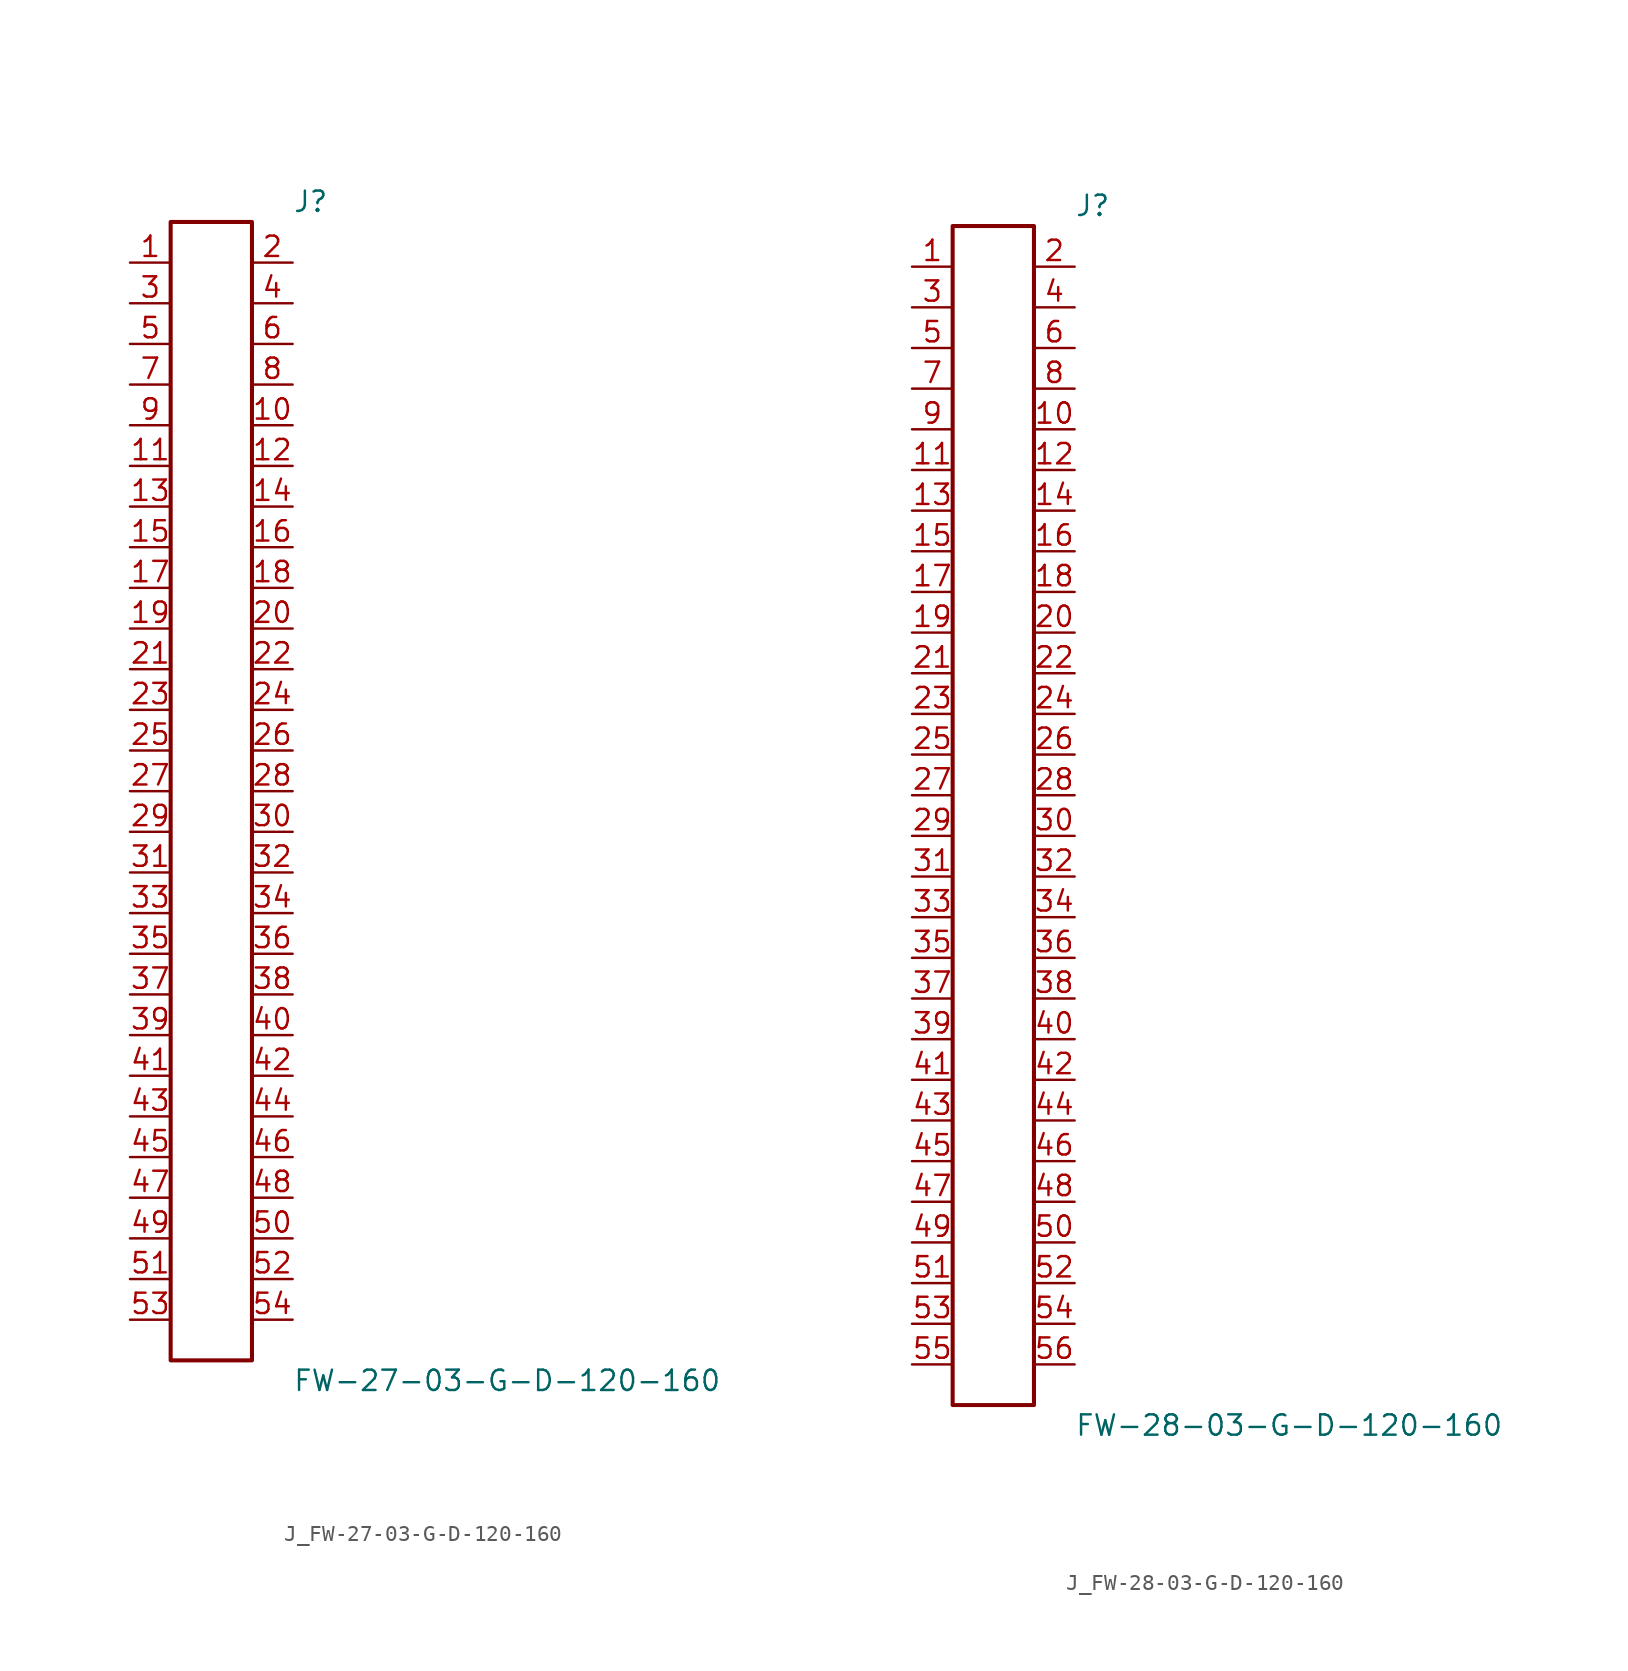
<source format=kicad_sym>
(kicad_symbol_lib
  (version 20231120)
  (generator kicad_symbol_editor)
  (generator_version 8.0)
  (symbol "J_FW-27-03-G-D-120-160"
    (pin_names
      (offset 0.254))
    (property "Reference" "J"
      (at 5.08 36.83 0)
      (effects (font (size 1.27 1.27)) (justify left)))
    (property "Value" "FW-27-03-G-D-120-160"
      (at 5.08 -36.83 0)
      (effects (font (size 1.27 1.27)) (justify left)))
    (symbol "J_FW-27-03-G-D-120-160_0_0"
      (pin passive line (at -5.08 33.02 0) (length 2.54) (name "" (effects (font (size 1.27 1.27)))) (number "1" (effects (font (size 1.27 1.27)))))
      (pin passive line (at 5.08 33.02 180) (length 2.54) (name "" (effects (font (size 1.27 1.27)))) (number "2" (effects (font (size 1.27 1.27)))))
      (pin passive line (at -5.08 30.48 0) (length 2.54) (name "" (effects (font (size 1.27 1.27)))) (number "3" (effects (font (size 1.27 1.27)))))
      (pin passive line (at 5.08 30.48 180) (length 2.54) (name "" (effects (font (size 1.27 1.27)))) (number "4" (effects (font (size 1.27 1.27)))))
      (pin passive line (at -5.08 27.94 0) (length 2.54) (name "" (effects (font (size 1.27 1.27)))) (number "5" (effects (font (size 1.27 1.27)))))
      (pin passive line (at 5.08 27.94 180) (length 2.54) (name "" (effects (font (size 1.27 1.27)))) (number "6" (effects (font (size 1.27 1.27)))))
      (pin passive line (at -5.08 25.4 0) (length 2.54) (name "" (effects (font (size 1.27 1.27)))) (number "7" (effects (font (size 1.27 1.27)))))
      (pin passive line (at 5.08 25.4 180) (length 2.54) (name "" (effects (font (size 1.27 1.27)))) (number "8" (effects (font (size 1.27 1.27)))))
      (pin passive line (at -5.08 22.86 0) (length 2.54) (name "" (effects (font (size 1.27 1.27)))) (number "9" (effects (font (size 1.27 1.27)))))
      (pin passive line (at 5.08 22.86 180) (length 2.54) (name "" (effects (font (size 1.27 1.27)))) (number "10" (effects (font (size 1.27 1.27)))))
      (pin passive line (at -5.08 20.32 0) (length 2.54) (name "" (effects (font (size 1.27 1.27)))) (number "11" (effects (font (size 1.27 1.27)))))
      (pin passive line (at 5.08 20.32 180) (length 2.54) (name "" (effects (font (size 1.27 1.27)))) (number "12" (effects (font (size 1.27 1.27)))))
      (pin passive line (at -5.08 17.78 0) (length 2.54) (name "" (effects (font (size 1.27 1.27)))) (number "13" (effects (font (size 1.27 1.27)))))
      (pin passive line (at 5.08 17.78 180) (length 2.54) (name "" (effects (font (size 1.27 1.27)))) (number "14" (effects (font (size 1.27 1.27)))))
      (pin passive line (at -5.08 15.24 0) (length 2.54) (name "" (effects (font (size 1.27 1.27)))) (number "15" (effects (font (size 1.27 1.27)))))
      (pin passive line (at 5.08 15.24 180) (length 2.54) (name "" (effects (font (size 1.27 1.27)))) (number "16" (effects (font (size 1.27 1.27)))))
      (pin passive line (at -5.08 12.7 0) (length 2.54) (name "" (effects (font (size 1.27 1.27)))) (number "17" (effects (font (size 1.27 1.27)))))
      (pin passive line (at 5.08 12.7 180) (length 2.54) (name "" (effects (font (size 1.27 1.27)))) (number "18" (effects (font (size 1.27 1.27)))))
      (pin passive line (at -5.08 10.16 0) (length 2.54) (name "" (effects (font (size 1.27 1.27)))) (number "19" (effects (font (size 1.27 1.27)))))
      (pin passive line (at 5.08 10.16 180) (length 2.54) (name "" (effects (font (size 1.27 1.27)))) (number "20" (effects (font (size 1.27 1.27)))))
      (pin passive line (at -5.08 7.62 0) (length 2.54) (name "" (effects (font (size 1.27 1.27)))) (number "21" (effects (font (size 1.27 1.27)))))
      (pin passive line (at 5.08 7.62 180) (length 2.54) (name "" (effects (font (size 1.27 1.27)))) (number "22" (effects (font (size 1.27 1.27)))))
      (pin passive line (at -5.08 5.08 0) (length 2.54) (name "" (effects (font (size 1.27 1.27)))) (number "23" (effects (font (size 1.27 1.27)))))
      (pin passive line (at 5.08 5.08 180) (length 2.54) (name "" (effects (font (size 1.27 1.27)))) (number "24" (effects (font (size 1.27 1.27)))))
      (pin passive line (at -5.08 2.54 0) (length 2.54) (name "" (effects (font (size 1.27 1.27)))) (number "25" (effects (font (size 1.27 1.27)))))
      (pin passive line (at 5.08 2.54 180) (length 2.54) (name "" (effects (font (size 1.27 1.27)))) (number "26" (effects (font (size 1.27 1.27)))))
      (pin passive line (at -5.08 0.0 0) (length 2.54) (name "" (effects (font (size 1.27 1.27)))) (number "27" (effects (font (size 1.27 1.27)))))
      (pin passive line (at 5.08 0.0 180) (length 2.54) (name "" (effects (font (size 1.27 1.27)))) (number "28" (effects (font (size 1.27 1.27)))))
      (pin passive line (at -5.08 -2.54 0) (length 2.54) (name "" (effects (font (size 1.27 1.27)))) (number "29" (effects (font (size 1.27 1.27)))))
      (pin passive line (at 5.08 -2.54 180) (length 2.54) (name "" (effects (font (size 1.27 1.27)))) (number "30" (effects (font (size 1.27 1.27)))))
      (pin passive line (at -5.08 -5.08 0) (length 2.54) (name "" (effects (font (size 1.27 1.27)))) (number "31" (effects (font (size 1.27 1.27)))))
      (pin passive line (at 5.08 -5.08 180) (length 2.54) (name "" (effects (font (size 1.27 1.27)))) (number "32" (effects (font (size 1.27 1.27)))))
      (pin passive line (at -5.08 -7.62 0) (length 2.54) (name "" (effects (font (size 1.27 1.27)))) (number "33" (effects (font (size 1.27 1.27)))))
      (pin passive line (at 5.08 -7.62 180) (length 2.54) (name "" (effects (font (size 1.27 1.27)))) (number "34" (effects (font (size 1.27 1.27)))))
      (pin passive line (at -5.08 -10.16 0) (length 2.54) (name "" (effects (font (size 1.27 1.27)))) (number "35" (effects (font (size 1.27 1.27)))))
      (pin passive line (at 5.08 -10.16 180) (length 2.54) (name "" (effects (font (size 1.27 1.27)))) (number "36" (effects (font (size 1.27 1.27)))))
      (pin passive line (at -5.08 -12.7 0) (length 2.54) (name "" (effects (font (size 1.27 1.27)))) (number "37" (effects (font (size 1.27 1.27)))))
      (pin passive line (at 5.08 -12.7 180) (length 2.54) (name "" (effects (font (size 1.27 1.27)))) (number "38" (effects (font (size 1.27 1.27)))))
      (pin passive line (at -5.08 -15.24 0) (length 2.54) (name "" (effects (font (size 1.27 1.27)))) (number "39" (effects (font (size 1.27 1.27)))))
      (pin passive line (at 5.08 -15.24 180) (length 2.54) (name "" (effects (font (size 1.27 1.27)))) (number "40" (effects (font (size 1.27 1.27)))))
      (pin passive line (at -5.08 -17.78 0) (length 2.54) (name "" (effects (font (size 1.27 1.27)))) (number "41" (effects (font (size 1.27 1.27)))))
      (pin passive line (at 5.08 -17.78 180) (length 2.54) (name "" (effects (font (size 1.27 1.27)))) (number "42" (effects (font (size 1.27 1.27)))))
      (pin passive line (at -5.08 -20.32 0) (length 2.54) (name "" (effects (font (size 1.27 1.27)))) (number "43" (effects (font (size 1.27 1.27)))))
      (pin passive line (at 5.08 -20.32 180) (length 2.54) (name "" (effects (font (size 1.27 1.27)))) (number "44" (effects (font (size 1.27 1.27)))))
      (pin passive line (at -5.08 -22.86 0) (length 2.54) (name "" (effects (font (size 1.27 1.27)))) (number "45" (effects (font (size 1.27 1.27)))))
      (pin passive line (at 5.08 -22.86 180) (length 2.54) (name "" (effects (font (size 1.27 1.27)))) (number "46" (effects (font (size 1.27 1.27)))))
      (pin passive line (at -5.08 -25.4 0) (length 2.54) (name "" (effects (font (size 1.27 1.27)))) (number "47" (effects (font (size 1.27 1.27)))))
      (pin passive line (at 5.08 -25.4 180) (length 2.54) (name "" (effects (font (size 1.27 1.27)))) (number "48" (effects (font (size 1.27 1.27)))))
      (pin passive line (at -5.08 -27.94 0) (length 2.54) (name "" (effects (font (size 1.27 1.27)))) (number "49" (effects (font (size 1.27 1.27)))))
      (pin passive line (at 5.08 -27.94 180) (length 2.54) (name "" (effects (font (size 1.27 1.27)))) (number "50" (effects (font (size 1.27 1.27)))))
      (pin passive line (at -5.08 -30.48 0) (length 2.54) (name "" (effects (font (size 1.27 1.27)))) (number "51" (effects (font (size 1.27 1.27)))))
      (pin passive line (at 5.08 -30.48 180) (length 2.54) (name "" (effects (font (size 1.27 1.27)))) (number "52" (effects (font (size 1.27 1.27)))))
      (pin passive line (at -5.08 -33.02 0) (length 2.54) (name "" (effects (font (size 1.27 1.27)))) (number "53" (effects (font (size 1.27 1.27)))))
      (pin passive line (at 5.08 -33.02 180) (length 2.54) (name "" (effects (font (size 1.27 1.27)))) (number "54" (effects (font (size 1.27 1.27))))))
    (symbol "J_FW-27-03-G-D-120-160_1_0"
      (rectangle (start -2.54 35.56) (end 2.54 -35.56) (stroke (width 0.254) (type solid)) (fill (type none)))))
  (symbol "J_FW-28-03-G-D-120-160"
    (pin_names
      (offset 0.254))
    (property "Reference" "J"
      (at 5.08 38.1 0)
      (effects (font (size 1.27 1.27)) (justify left)))
    (property "Value" "FW-28-03-G-D-120-160"
      (at 5.08 -38.1 0)
      (effects (font (size 1.27 1.27)) (justify left)))
    (symbol "J_FW-28-03-G-D-120-160_0_0"
      (pin passive line (at -5.08 34.29 0) (length 2.54) (name "" (effects (font (size 1.27 1.27)))) (number "1" (effects (font (size 1.27 1.27)))))
      (pin passive line (at 5.08 34.29 180) (length 2.54) (name "" (effects (font (size 1.27 1.27)))) (number "2" (effects (font (size 1.27 1.27)))))
      (pin passive line (at -5.08 31.75 0) (length 2.54) (name "" (effects (font (size 1.27 1.27)))) (number "3" (effects (font (size 1.27 1.27)))))
      (pin passive line (at 5.08 31.75 180) (length 2.54) (name "" (effects (font (size 1.27 1.27)))) (number "4" (effects (font (size 1.27 1.27)))))
      (pin passive line (at -5.08 29.21 0) (length 2.54) (name "" (effects (font (size 1.27 1.27)))) (number "5" (effects (font (size 1.27 1.27)))))
      (pin passive line (at 5.08 29.21 180) (length 2.54) (name "" (effects (font (size 1.27 1.27)))) (number "6" (effects (font (size 1.27 1.27)))))
      (pin passive line (at -5.08 26.67 0) (length 2.54) (name "" (effects (font (size 1.27 1.27)))) (number "7" (effects (font (size 1.27 1.27)))))
      (pin passive line (at 5.08 26.67 180) (length 2.54) (name "" (effects (font (size 1.27 1.27)))) (number "8" (effects (font (size 1.27 1.27)))))
      (pin passive line (at -5.08 24.13 0) (length 2.54) (name "" (effects (font (size 1.27 1.27)))) (number "9" (effects (font (size 1.27 1.27)))))
      (pin passive line (at 5.08 24.13 180) (length 2.54) (name "" (effects (font (size 1.27 1.27)))) (number "10" (effects (font (size 1.27 1.27)))))
      (pin passive line (at -5.08 21.59 0) (length 2.54) (name "" (effects (font (size 1.27 1.27)))) (number "11" (effects (font (size 1.27 1.27)))))
      (pin passive line (at 5.08 21.59 180) (length 2.54) (name "" (effects (font (size 1.27 1.27)))) (number "12" (effects (font (size 1.27 1.27)))))
      (pin passive line (at -5.08 19.05 0) (length 2.54) (name "" (effects (font (size 1.27 1.27)))) (number "13" (effects (font (size 1.27 1.27)))))
      (pin passive line (at 5.08 19.05 180) (length 2.54) (name "" (effects (font (size 1.27 1.27)))) (number "14" (effects (font (size 1.27 1.27)))))
      (pin passive line (at -5.08 16.51 0) (length 2.54) (name "" (effects (font (size 1.27 1.27)))) (number "15" (effects (font (size 1.27 1.27)))))
      (pin passive line (at 5.08 16.51 180) (length 2.54) (name "" (effects (font (size 1.27 1.27)))) (number "16" (effects (font (size 1.27 1.27)))))
      (pin passive line (at -5.08 13.97 0) (length 2.54) (name "" (effects (font (size 1.27 1.27)))) (number "17" (effects (font (size 1.27 1.27)))))
      (pin passive line (at 5.08 13.97 180) (length 2.54) (name "" (effects (font (size 1.27 1.27)))) (number "18" (effects (font (size 1.27 1.27)))))
      (pin passive line (at -5.08 11.43 0) (length 2.54) (name "" (effects (font (size 1.27 1.27)))) (number "19" (effects (font (size 1.27 1.27)))))
      (pin passive line (at 5.08 11.43 180) (length 2.54) (name "" (effects (font (size 1.27 1.27)))) (number "20" (effects (font (size 1.27 1.27)))))
      (pin passive line (at -5.08 8.89 0) (length 2.54) (name "" (effects (font (size 1.27 1.27)))) (number "21" (effects (font (size 1.27 1.27)))))
      (pin passive line (at 5.08 8.89 180) (length 2.54) (name "" (effects (font (size 1.27 1.27)))) (number "22" (effects (font (size 1.27 1.27)))))
      (pin passive line (at -5.08 6.35 0) (length 2.54) (name "" (effects (font (size 1.27 1.27)))) (number "23" (effects (font (size 1.27 1.27)))))
      (pin passive line (at 5.08 6.35 180) (length 2.54) (name "" (effects (font (size 1.27 1.27)))) (number "24" (effects (font (size 1.27 1.27)))))
      (pin passive line (at -5.08 3.81 0) (length 2.54) (name "" (effects (font (size 1.27 1.27)))) (number "25" (effects (font (size 1.27 1.27)))))
      (pin passive line (at 5.08 3.81 180) (length 2.54) (name "" (effects (font (size 1.27 1.27)))) (number "26" (effects (font (size 1.27 1.27)))))
      (pin passive line (at -5.08 1.27 0) (length 2.54) (name "" (effects (font (size 1.27 1.27)))) (number "27" (effects (font (size 1.27 1.27)))))
      (pin passive line (at 5.08 1.27 180) (length 2.54) (name "" (effects (font (size 1.27 1.27)))) (number "28" (effects (font (size 1.27 1.27)))))
      (pin passive line (at -5.08 -1.27 0) (length 2.54) (name "" (effects (font (size 1.27 1.27)))) (number "29" (effects (font (size 1.27 1.27)))))
      (pin passive line (at 5.08 -1.27 180) (length 2.54) (name "" (effects (font (size 1.27 1.27)))) (number "30" (effects (font (size 1.27 1.27)))))
      (pin passive line (at -5.08 -3.81 0) (length 2.54) (name "" (effects (font (size 1.27 1.27)))) (number "31" (effects (font (size 1.27 1.27)))))
      (pin passive line (at 5.08 -3.81 180) (length 2.54) (name "" (effects (font (size 1.27 1.27)))) (number "32" (effects (font (size 1.27 1.27)))))
      (pin passive line (at -5.08 -6.35 0) (length 2.54) (name "" (effects (font (size 1.27 1.27)))) (number "33" (effects (font (size 1.27 1.27)))))
      (pin passive line (at 5.08 -6.35 180) (length 2.54) (name "" (effects (font (size 1.27 1.27)))) (number "34" (effects (font (size 1.27 1.27)))))
      (pin passive line (at -5.08 -8.89 0) (length 2.54) (name "" (effects (font (size 1.27 1.27)))) (number "35" (effects (font (size 1.27 1.27)))))
      (pin passive line (at 5.08 -8.89 180) (length 2.54) (name "" (effects (font (size 1.27 1.27)))) (number "36" (effects (font (size 1.27 1.27)))))
      (pin passive line (at -5.08 -11.43 0) (length 2.54) (name "" (effects (font (size 1.27 1.27)))) (number "37" (effects (font (size 1.27 1.27)))))
      (pin passive line (at 5.08 -11.43 180) (length 2.54) (name "" (effects (font (size 1.27 1.27)))) (number "38" (effects (font (size 1.27 1.27)))))
      (pin passive line (at -5.08 -13.97 0) (length 2.54) (name "" (effects (font (size 1.27 1.27)))) (number "39" (effects (font (size 1.27 1.27)))))
      (pin passive line (at 5.08 -13.97 180) (length 2.54) (name "" (effects (font (size 1.27 1.27)))) (number "40" (effects (font (size 1.27 1.27)))))
      (pin passive line (at -5.08 -16.51 0) (length 2.54) (name "" (effects (font (size 1.27 1.27)))) (number "41" (effects (font (size 1.27 1.27)))))
      (pin passive line (at 5.08 -16.51 180) (length 2.54) (name "" (effects (font (size 1.27 1.27)))) (number "42" (effects (font (size 1.27 1.27)))))
      (pin passive line (at -5.08 -19.05 0) (length 2.54) (name "" (effects (font (size 1.27 1.27)))) (number "43" (effects (font (size 1.27 1.27)))))
      (pin passive line (at 5.08 -19.05 180) (length 2.54) (name "" (effects (font (size 1.27 1.27)))) (number "44" (effects (font (size 1.27 1.27)))))
      (pin passive line (at -5.08 -21.59 0) (length 2.54) (name "" (effects (font (size 1.27 1.27)))) (number "45" (effects (font (size 1.27 1.27)))))
      (pin passive line (at 5.08 -21.59 180) (length 2.54) (name "" (effects (font (size 1.27 1.27)))) (number "46" (effects (font (size 1.27 1.27)))))
      (pin passive line (at -5.08 -24.13 0) (length 2.54) (name "" (effects (font (size 1.27 1.27)))) (number "47" (effects (font (size 1.27 1.27)))))
      (pin passive line (at 5.08 -24.13 180) (length 2.54) (name "" (effects (font (size 1.27 1.27)))) (number "48" (effects (font (size 1.27 1.27)))))
      (pin passive line (at -5.08 -26.67 0) (length 2.54) (name "" (effects (font (size 1.27 1.27)))) (number "49" (effects (font (size 1.27 1.27)))))
      (pin passive line (at 5.08 -26.67 180) (length 2.54) (name "" (effects (font (size 1.27 1.27)))) (number "50" (effects (font (size 1.27 1.27)))))
      (pin passive line (at -5.08 -29.21 0) (length 2.54) (name "" (effects (font (size 1.27 1.27)))) (number "51" (effects (font (size 1.27 1.27)))))
      (pin passive line (at 5.08 -29.21 180) (length 2.54) (name "" (effects (font (size 1.27 1.27)))) (number "52" (effects (font (size 1.27 1.27)))))
      (pin passive line (at -5.08 -31.75 0) (length 2.54) (name "" (effects (font (size 1.27 1.27)))) (number "53" (effects (font (size 1.27 1.27)))))
      (pin passive line (at 5.08 -31.75 180) (length 2.54) (name "" (effects (font (size 1.27 1.27)))) (number "54" (effects (font (size 1.27 1.27)))))
      (pin passive line (at -5.08 -34.29 0) (length 2.54) (name "" (effects (font (size 1.27 1.27)))) (number "55" (effects (font (size 1.27 1.27)))))
      (pin passive line (at 5.08 -34.29 180) (length 2.54) (name "" (effects (font (size 1.27 1.27)))) (number "56" (effects (font (size 1.27 1.27))))))
    (symbol "J_FW-28-03-G-D-120-160_1_0"
      (rectangle (start -2.54 36.83) (end 2.54 -36.83) (stroke (width 0.254) (type solid)) (fill (type none))))))
</source>
